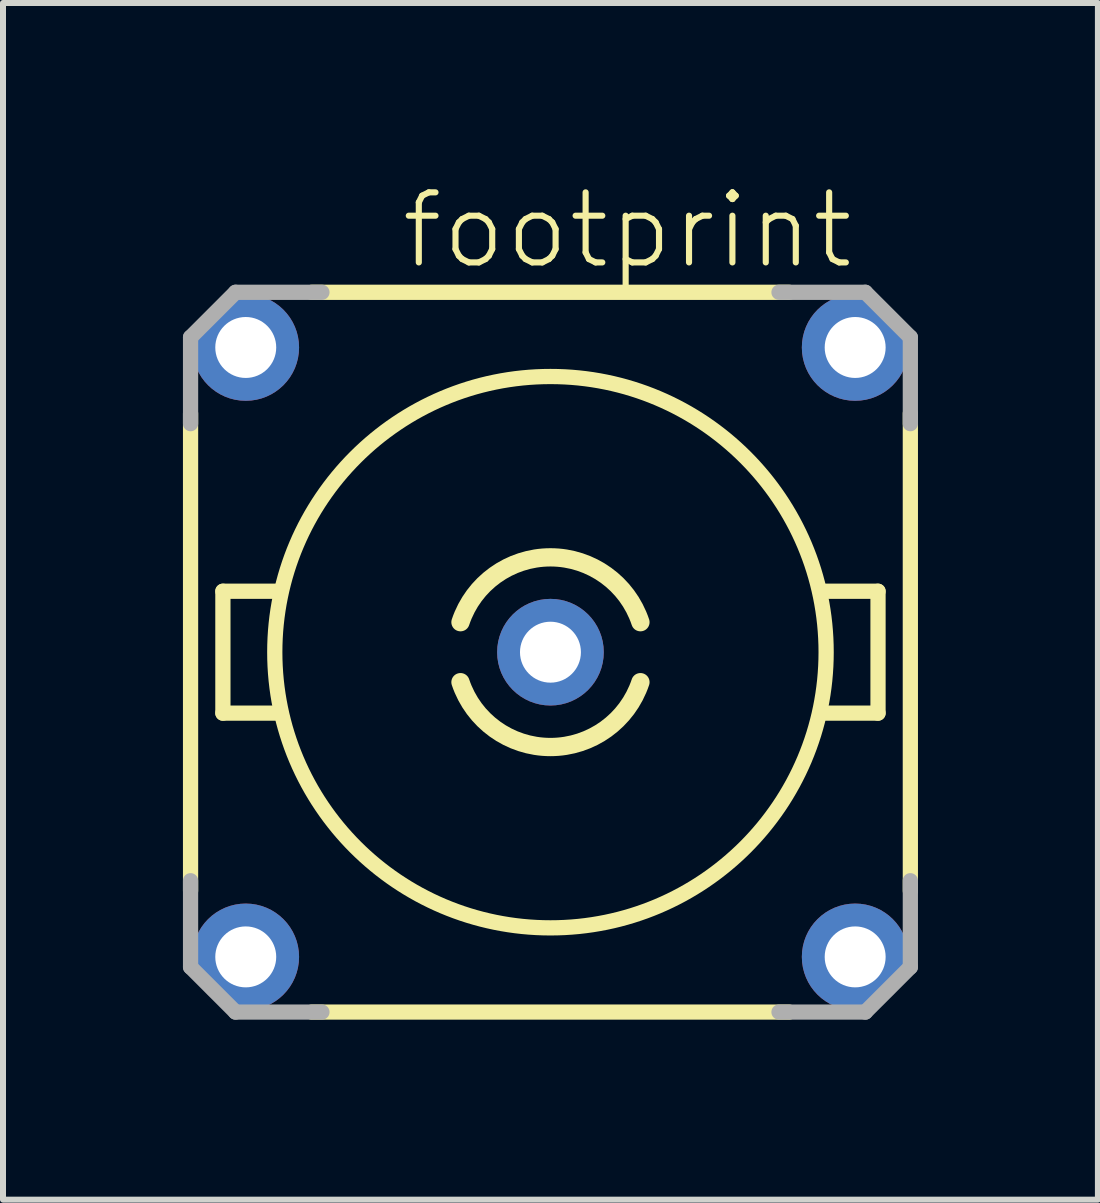
<source format=kicad_pcb>
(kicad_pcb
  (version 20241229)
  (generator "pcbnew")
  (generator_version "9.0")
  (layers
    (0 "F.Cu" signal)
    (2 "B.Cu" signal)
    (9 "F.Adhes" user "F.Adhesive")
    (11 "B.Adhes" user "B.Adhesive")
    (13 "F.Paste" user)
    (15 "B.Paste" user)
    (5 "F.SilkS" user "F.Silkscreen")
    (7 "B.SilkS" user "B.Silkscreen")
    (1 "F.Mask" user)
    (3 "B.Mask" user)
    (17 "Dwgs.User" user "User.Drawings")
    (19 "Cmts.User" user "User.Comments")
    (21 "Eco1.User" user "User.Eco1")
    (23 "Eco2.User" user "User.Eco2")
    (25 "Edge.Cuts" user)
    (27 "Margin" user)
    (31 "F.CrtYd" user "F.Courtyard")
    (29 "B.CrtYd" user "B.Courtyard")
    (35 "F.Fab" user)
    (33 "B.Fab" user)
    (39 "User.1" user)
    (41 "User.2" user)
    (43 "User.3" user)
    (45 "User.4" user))
  (footprint "footprint"
    (layer "F.Cu")
    (at 6.127 7.823)
    (property "Reference" "footprint" (at -2.54 -6.35 0) (layer "F.SilkS") (effects (font (size 1.168 1.168) (thickness 0.102)) (justify left bottom)))
    (fp_line (start -6 -3.98) (end -6 3.98) (stroke (width 0.254) (type solid)) (layer "F.SilkS"))
    (fp_line (start -5.461 -1.016) (end -5.461 1.016) (stroke (width 0.254) (type solid)) (layer "F.SilkS"))
    (fp_line (start -5.461 1.016) (end -4.572 1.016) (stroke (width 0.254) (type solid)) (layer "F.SilkS"))
    (fp_line (start -4.572 -1.016) (end -5.461 -1.016) (stroke (width 0.254) (type solid)) (layer "F.SilkS"))
    (fp_line (start -3.98 6) (end 3.98 6) (stroke (width 0.254) (type solid)) (layer "F.SilkS"))
    (fp_line (start 3.98 -6) (end -3.98 -6) (stroke (width 0.254) (type solid)) (layer "F.SilkS"))
    (fp_line (start 4.572 1.016) (end 5.461 1.016) (stroke (width 0.254) (type solid)) (layer "F.SilkS"))
    (fp_line (start 5.461 -1.016) (end 4.572 -1.016) (stroke (width 0.254) (type solid)) (layer "F.SilkS"))
    (fp_line (start 5.461 1.016) (end 5.461 -1.016) (stroke (width 0.254) (type solid)) (layer "F.SilkS"))
    (fp_line (start 6 3.98) (end 6 -3.98) (stroke (width 0.254) (type solid)) (layer "F.SilkS"))
    (fp_arc (start -1.5 -0.5) (mid 0 -1.581139) (end 1.5 -0.5) (stroke (width 0.3048) (type solid)) (layer "F.SilkS"))
    (fp_arc (start 1.5 0.5) (mid 0 1.581139) (end -1.5 0.5) (stroke (width 0.3048) (type solid)) (layer "F.SilkS"))
    (fp_circle (center 0 0) (end 4.596 0) (stroke (width 0.254) (type solid)) (fill no) (layer "F.SilkS"))
    (fp_line (start -6 -5.25) (end -6 -3.81) (stroke (width 0.254) (type solid)) (layer "F.Fab"))
    (fp_line (start -6 3.81) (end -6 5.25) (stroke (width 0.254) (type solid)) (layer "F.Fab"))
    (fp_line (start -5.25 -6) (end -6 -5.25) (stroke (width 0.254) (type solid)) (layer "F.Fab"))
    (fp_line (start -5.25 6) (end -6 5.25) (stroke (width 0.254) (type solid)) (layer "F.Fab"))
    (fp_line (start -5.25 6) (end -3.81 6) (stroke (width 0.254) (type solid)) (layer "F.Fab"))
    (fp_line (start -3.81 -6) (end -5.25 -6) (stroke (width 0.254) (type solid)) (layer "F.Fab"))
    (fp_line (start 3.81 6) (end 5.25 6) (stroke (width 0.254) (type solid)) (layer "F.Fab"))
    (fp_line (start 5.25 -6) (end 3.81 -6) (stroke (width 0.254) (type solid)) (layer "F.Fab"))
    (fp_line (start 5.25 -6) (end 6 -5.25) (stroke (width 0.254) (type solid)) (layer "F.Fab"))
    (fp_line (start 6 -3.81) (end 6 -5.25) (stroke (width 0.254) (type solid)) (layer "F.Fab"))
    (fp_line (start 6 5.25) (end 5.25 6) (stroke (width 0.254) (type solid)) (layer "F.Fab"))
    (fp_line (start 6 5.25) (end 6 3.81) (stroke (width 0.254) (type solid)) (layer "F.Fab"))
    (pad "1" thru_hole circle (at 0 0) (size 1.778 1.778) (drill 1.016) (layers "*.Cu" "*.Mask"))
    (pad "2" thru_hole circle (at 5.08 -5.08) (size 1.778 1.778) (drill 1.016) (layers "*.Cu" "*.Mask"))
    (pad "3" thru_hole circle (at -5.08 -5.08) (size 1.778 1.778) (drill 1.016) (layers "*.Cu" "*.Mask"))
    (pad "4" thru_hole circle (at -5.08 5.08) (size 1.778 1.778) (drill 1.016) (layers "*.Cu" "*.Mask"))
    (pad "5" thru_hole circle (at 5.08 5.08) (size 1.778 1.778) (drill 1.016) (layers "*.Cu" "*.Mask")))
  (gr_rect
    (start -3 -3)
    (end 15.254 16.95)
    (stroke (width 0.1) (type default))
    (fill no)
    (layer "Edge.Cuts")))
</source>
